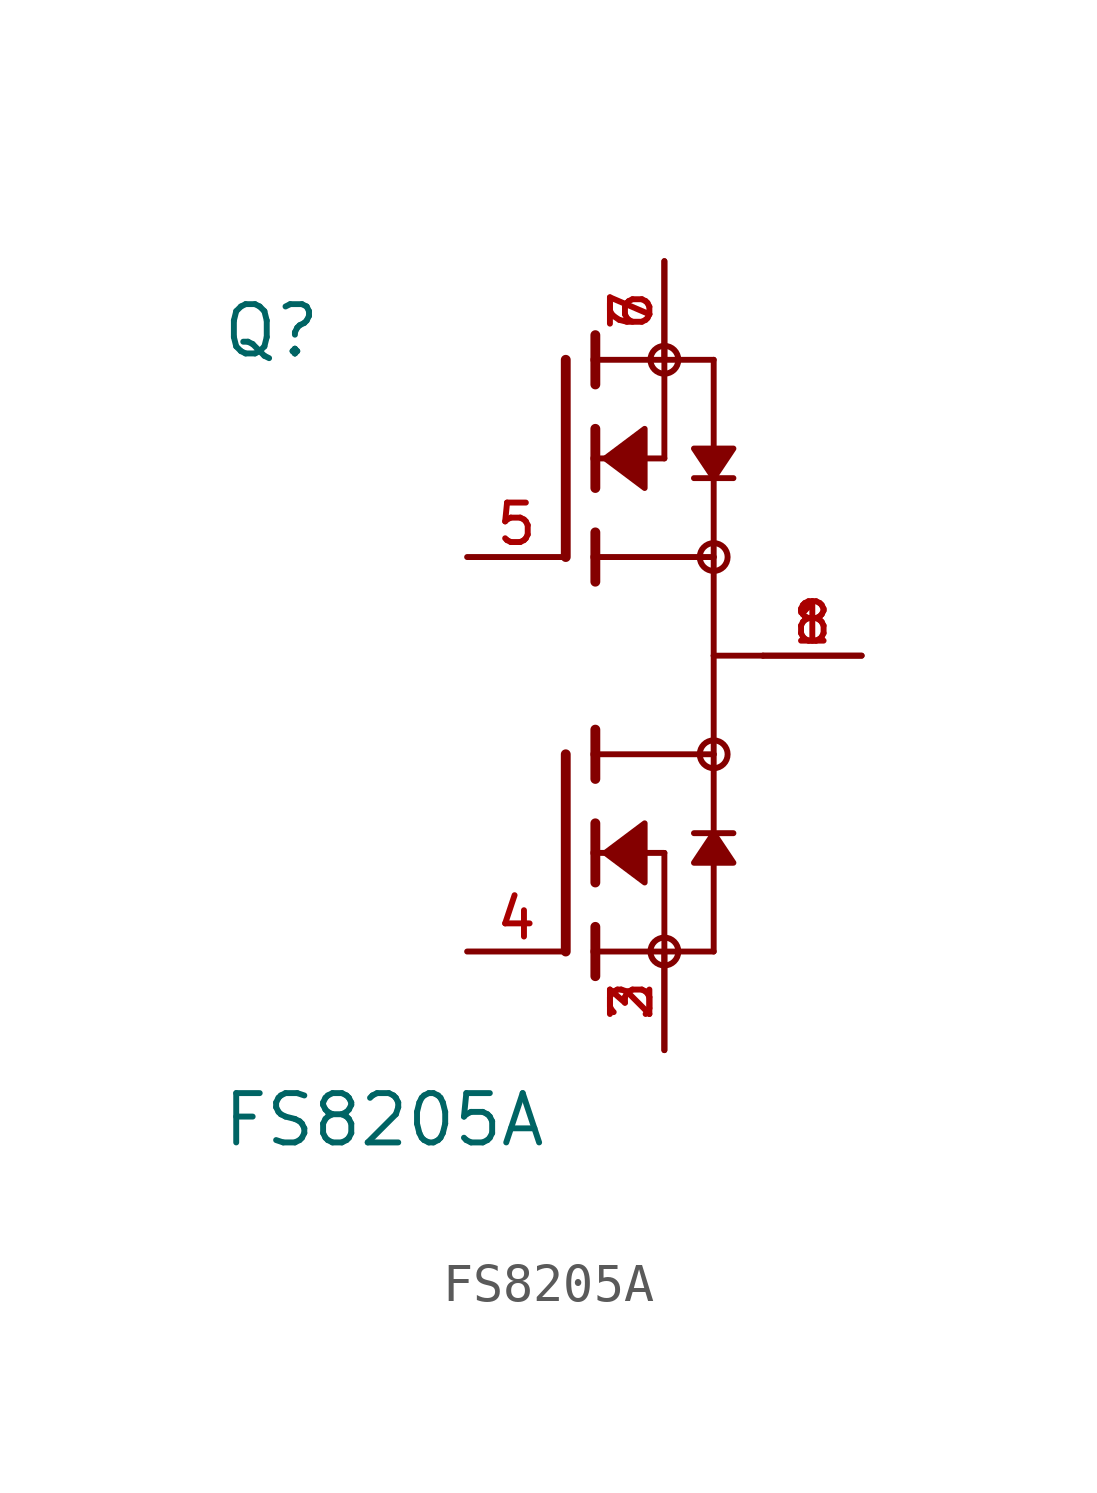
<source format=kicad_sym>
(kicad_symbol_lib
  (version 20241209)
  (generator "kicad_symbol_editor")
  (generator_version "9.0")
  (symbol "FS8205A"
    (pin_names
      (offset 1.016))
    (property "Reference" "Q"
      (at -11.43 7.62 0)
      (effects (font (size 1.27 1.27)) (justify left bottom)))
    (property "Value" "FS8205A"
      (at -11.43 -12.7 0)
      (effects (font (size 1.27 1.27)) (justify left bottom)))
    (symbol "FS8205A_0_0"
      (polyline (pts (xy -2.54 7.62) (xy -2.54 2.54)) (stroke (width 0.254) (type default)) (fill (type none)))
      (polyline (pts (xy -2.54 -2.54) (xy -2.54 -7.62)) (stroke (width 0.254) (type default)) (fill (type none)))
      (polyline (pts (xy -1.778 8.255) (xy -1.778 7.62)) (stroke (width 0.254) (type default)) (fill (type none)))
      (polyline (pts (xy -1.778 7.62) (xy -1.778 6.985)) (stroke (width 0.254) (type default)) (fill (type none)))
      (polyline (pts (xy -1.778 7.62) (xy 1.27 7.62)) (stroke (width 0.152) (type default)) (fill (type none)))
      (polyline (pts (xy -1.778 5.842) (xy -1.778 5.08)) (stroke (width 0.254) (type default)) (fill (type none)))
      (polyline (pts (xy -1.778 5.08) (xy -1.778 4.318)) (stroke (width 0.254) (type default)) (fill (type none)))
      (polyline (pts (xy -1.778 5.08) (xy 0 5.08)) (stroke (width 0.152) (type default)) (fill (type none)))
      (polyline (pts (xy -1.778 3.175) (xy -1.778 2.54)) (stroke (width 0.254) (type default)) (fill (type none)))
      (polyline (pts (xy -1.778 2.54) (xy -1.778 1.905)) (stroke (width 0.254) (type default)) (fill (type none)))
      (polyline (pts (xy -1.778 -1.905) (xy -1.778 -2.54)) (stroke (width 0.254) (type default)) (fill (type none)))
      (polyline (pts (xy -1.778 -2.54) (xy -1.778 -3.175)) (stroke (width 0.254) (type default)) (fill (type none)))
      (polyline (pts (xy -1.778 -2.54) (xy 1.27 -2.54)) (stroke (width 0.152) (type default)) (fill (type none)))
      (polyline (pts (xy -1.778 -4.318) (xy -1.778 -5.08)) (stroke (width 0.254) (type default)) (fill (type none)))
      (polyline (pts (xy -1.778 -5.08) (xy -1.778 -5.842)) (stroke (width 0.254) (type default)) (fill (type none)))
      (polyline (pts (xy -1.778 -5.08) (xy 0 -5.08)) (stroke (width 0.152) (type default)) (fill (type none)))
      (polyline (pts (xy -1.778 -6.985) (xy -1.778 -7.62)) (stroke (width 0.254) (type default)) (fill (type none)))
      (polyline (pts (xy -1.778 -7.62) (xy -1.778 -8.255)) (stroke (width 0.254) (type default)) (fill (type none)))
      (polyline (pts (xy -1.524 5.08) (xy -0.508 5.842) (xy -0.508 4.318) (xy -1.524 5.08)) (stroke (width 0.152) (type default)) (fill (type outline)))
      (polyline (pts (xy -1.524 -5.08) (xy -0.508 -4.318) (xy -0.508 -5.842) (xy -1.524 -5.08)) (stroke (width 0.152) (type default)) (fill (type outline)))
      (circle (center 0 7.62) (radius 0.359) (stroke (width 0) (type default)) (fill (type none)))
      (polyline (pts (xy 0 7.62) (xy 0 5.08)) (stroke (width 0.152) (type default)) (fill (type none)))
      (polyline (pts (xy 0 -5.08) (xy 0 -7.62)) (stroke (width 0.152) (type default)) (fill (type none)))
      (polyline (pts (xy 0 -7.62) (xy -1.778 -7.62)) (stroke (width 0.152) (type default)) (fill (type none)))
      (polyline (pts (xy 0 -7.62) (xy 1.27 -7.62)) (stroke (width 0.152) (type default)) (fill (type none)))
      (circle (center 0 -7.62) (radius 0.359) (stroke (width 0) (type default)) (fill (type none)))
      (polyline (pts (xy 0.762 4.572) (xy 1.27 4.572)) (stroke (width 0.152) (type default)) (fill (type none)))
      (polyline (pts (xy 1.27 4.572) (xy 1.27 7.62)) (stroke (width 0.152) (type default)) (fill (type none)))
      (polyline (pts (xy 1.27 4.572) (xy 1.778 4.572)) (stroke (width 0.152) (type default)) (fill (type none)))
      (polyline (pts (xy 1.27 4.572) (xy 1.778 5.334) (xy 0.762 5.334) (xy 1.27 4.572)) (stroke (width 0.152) (type default)) (fill (type outline)))
      (polyline (pts (xy 1.27 2.54) (xy -1.778 2.54)) (stroke (width 0.152) (type default)) (fill (type none)))
      (polyline (pts (xy 1.27 2.54) (xy 1.27 4.572)) (stroke (width 0.152) (type default)) (fill (type none)))
      (circle (center 1.27 2.54) (radius 0.359) (stroke (width 0) (type default)) (fill (type none)))
      (polyline (pts (xy 1.27 0) (xy 1.27 2.54)) (stroke (width 0.152) (type default)) (fill (type none)))
      (polyline (pts (xy 1.27 0) (xy 2.54 0)) (stroke (width 0.152) (type default)) (fill (type none)))
      (polyline (pts (xy 1.27 -2.54) (xy 1.27 0)) (stroke (width 0.152) (type default)) (fill (type none)))
      (polyline (pts (xy 1.27 -2.54) (xy 1.27 -4.572)) (stroke (width 0.152) (type default)) (fill (type none)))
      (circle (center 1.27 -2.54) (radius 0.359) (stroke (width 0) (type default)) (fill (type none)))
      (polyline (pts (xy 1.27 -4.572) (xy 0.762 -4.572)) (stroke (width 0.152) (type default)) (fill (type none)))
      (polyline (pts (xy 1.27 -4.572) (xy 1.27 -7.62)) (stroke (width 0.152) (type default)) (fill (type none)))
      (polyline (pts (xy 1.27 -4.572) (xy 0.762 -5.334) (xy 1.778 -5.334) (xy 1.27 -4.572)) (stroke (width 0.152) (type default)) (fill (type outline)))
      (polyline (pts (xy 1.778 -4.572) (xy 1.27 -4.572)) (stroke (width 0.152) (type default)) (fill (type none)))
      (pin passive line (at -5.08 2.54 0) (length 2.54) (name "~" (effects (font (size 1.016 1.016)))) (number "5" (effects (font (size 1.016 1.016)))))
      (pin passive line (at -5.08 -7.62 0) (length 2.54) (name "~" (effects (font (size 1.016 1.016)))) (number "4" (effects (font (size 1.016 1.016)))))
      (pin passive line (at 0 10.16 270) (length 2.54) (name "~" (effects (font (size 1.016 1.016)))) (number "6" (effects (font (size 1.016 1.016)))))
      (pin passive line (at 0 10.16 270) (length 2.54) (name "~" (effects (font (size 1.016 1.016)))) (number "7" (effects (font (size 1.016 1.016)))))
      (pin passive line (at 0 -10.16 90) (length 2.54) (name "~" (effects (font (size 1.016 1.016)))) (number "2" (effects (font (size 1.016 1.016)))))
      (pin passive line (at 0 -10.16 90) (length 2.54) (name "~" (effects (font (size 1.016 1.016)))) (number "3" (effects (font (size 1.016 1.016)))))
      (pin passive line (at 5.08 0 180) (length 2.54) (name "~" (effects (font (size 1.016 1.016)))) (number "1" (effects (font (size 1.016 1.016)))))
      (pin passive line (at 5.08 0 180) (length 2.54) (name "~" (effects (font (size 1.016 1.016)))) (number "8" (effects (font (size 1.016 1.016))))))))
</source>
